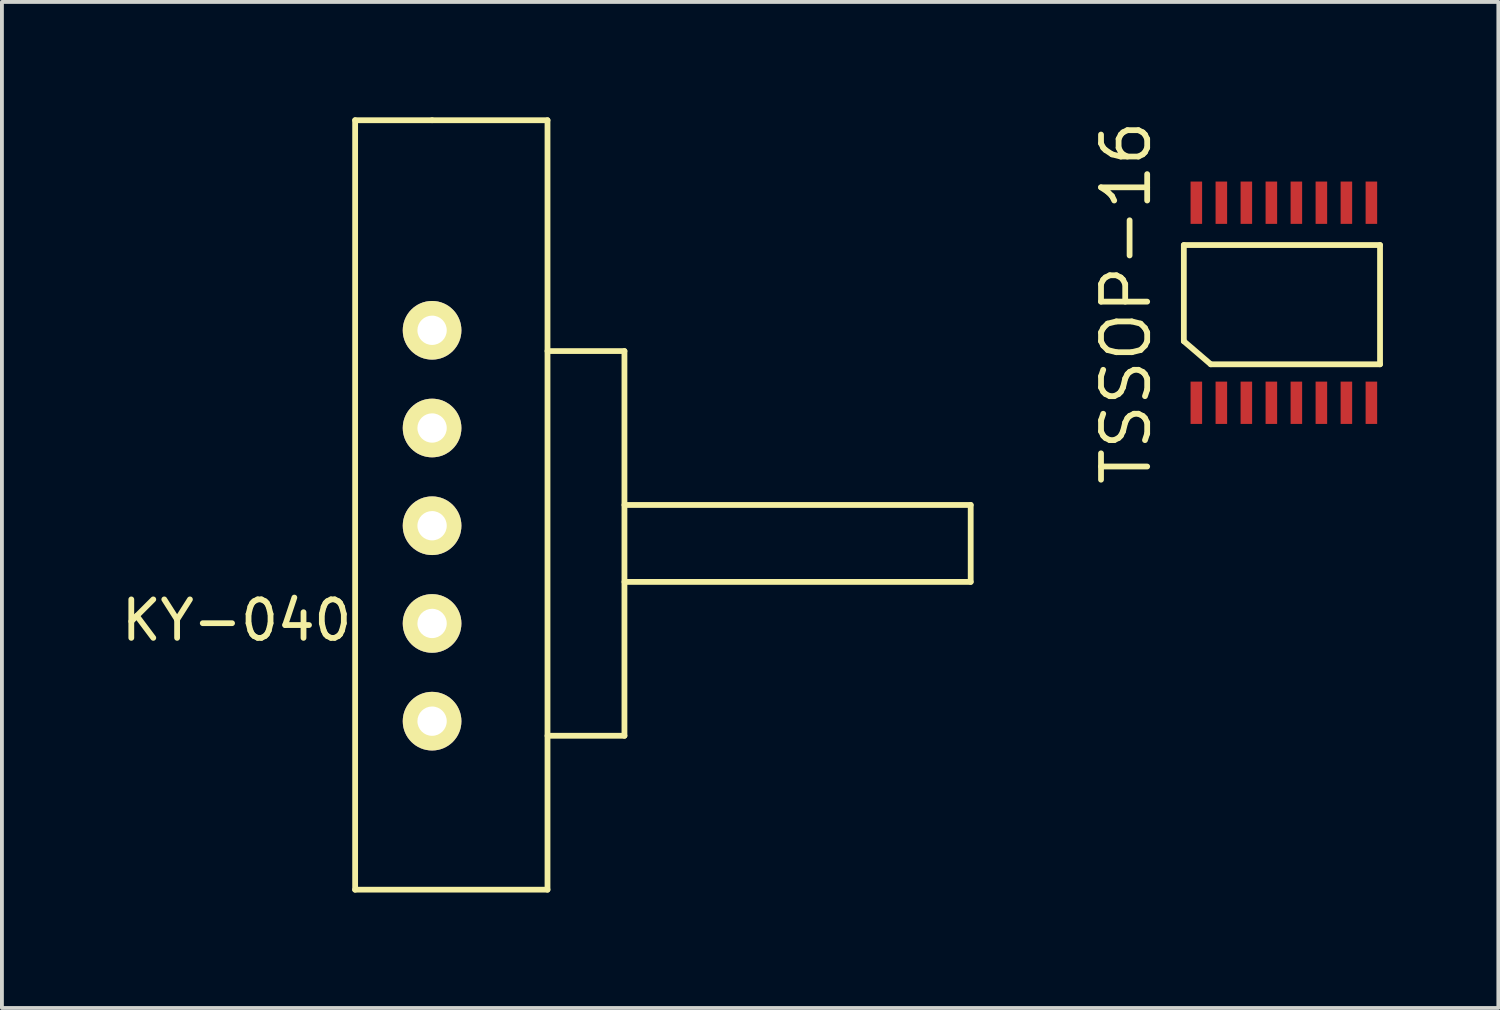
<source format=kicad_pcb>
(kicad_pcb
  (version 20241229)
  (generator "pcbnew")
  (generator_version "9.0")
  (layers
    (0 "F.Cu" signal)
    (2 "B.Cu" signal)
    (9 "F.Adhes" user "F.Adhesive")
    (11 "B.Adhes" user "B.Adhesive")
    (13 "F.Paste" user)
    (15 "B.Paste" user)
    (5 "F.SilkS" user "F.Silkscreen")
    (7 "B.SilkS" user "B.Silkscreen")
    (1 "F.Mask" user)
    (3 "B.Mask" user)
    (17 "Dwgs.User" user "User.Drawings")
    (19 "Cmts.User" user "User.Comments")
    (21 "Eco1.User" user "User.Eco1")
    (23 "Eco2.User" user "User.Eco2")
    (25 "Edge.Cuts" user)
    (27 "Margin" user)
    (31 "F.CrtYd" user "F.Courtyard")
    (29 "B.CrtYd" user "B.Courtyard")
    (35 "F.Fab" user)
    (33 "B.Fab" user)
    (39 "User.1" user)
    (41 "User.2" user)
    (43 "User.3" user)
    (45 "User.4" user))
  (footprint "KY-040"
    (layer "F.Cu")
    (at 8.181 8.075)
    (property "Reference" "KY-040" (at -5.08 5 0) (layer "F.SilkS") (effects (font (size 1 1) (thickness 0.15))))
    (attr through_hole)
    (fp_line (start -2 -8) (end 0 -8) (stroke (width 0.15) (type solid)) (layer "F.SilkS"))
    (fp_line (start -2 12) (end -2 -8) (stroke (width 0.15) (type solid)) (layer "F.SilkS"))
    (fp_line (start 0 -8) (end 3 -8) (stroke (width 0.15) (type solid)) (layer "F.SilkS"))
    (fp_line (start 3 -8) (end 3 12) (stroke (width 0.15) (type solid)) (layer "F.SilkS"))
    (fp_line (start 3 -2) (end 5 -2) (stroke (width 0.15) (type solid)) (layer "F.SilkS"))
    (fp_line (start 3 12) (end -2 12) (stroke (width 0.15) (type solid)) (layer "F.SilkS"))
    (fp_line (start 5 -2) (end 5 8) (stroke (width 0.15) (type solid)) (layer "F.SilkS"))
    (fp_line (start 5 2) (end 14 2) (stroke (width 0.15) (type solid)) (layer "F.SilkS"))
    (fp_line (start 5 8) (end 3 8) (stroke (width 0.15) (type solid)) (layer "F.SilkS"))
    (fp_line (start 14 2) (end 14 4) (stroke (width 0.15) (type solid)) (layer "F.SilkS"))
    (fp_line (start 14 4) (end 5 4) (stroke (width 0.15) (type solid)) (layer "F.SilkS"))
    (pad "1" thru_hole circle (at 0 -2.54) (size 1.524 1.524) (drill 0.762) (layers "*.Cu" "*.Mask" "F.SilkS"))
    (pad "2" thru_hole circle (at 0 0) (size 1.524 1.524) (drill 0.762) (layers "*.Cu" "*.Mask" "F.SilkS"))
    (pad "3" thru_hole circle (at 0 2.54) (size 1.524 1.524) (drill 0.762) (layers "*.Cu" "*.Mask" "F.SilkS"))
    (pad "4" thru_hole circle (at 0 5.08) (size 1.524 1.524) (drill 0.762) (layers "*.Cu" "*.Mask" "F.SilkS"))
    (pad "5" thru_hole circle (at 0 7.62) (size 1.524 1.524) (drill 0.762) (layers "*.Cu" "*.Mask" "F.SilkS")))
  (footprint "TSSOP-16"
    (layer "F.Cu")
    (at 30.321 4.819)
    (property "Reference" "TSSOP-16" (at -4.1 0 90) (layer "F.SilkS") (effects (font (size 1.2 1.2) (thickness 0.15))))
    (attr through_hole)
    (fp_line (start -2.6 -1.5) (end -2.6 1) (stroke (width 0.15) (type solid)) (layer "F.SilkS"))
    (fp_line (start -2.6 1) (end -1.9 1.6) (stroke (width 0.15) (type solid)) (layer "F.SilkS"))
    (fp_line (start -1.9 1.6) (end 2.5 1.6) (stroke (width 0.15) (type solid)) (layer "F.SilkS"))
    (fp_line (start 2.5 -1.5) (end -2.6 -1.5) (stroke (width 0.15) (type solid)) (layer "F.SilkS"))
    (fp_line (start 2.5 1.6) (end 2.5 -1.5) (stroke (width 0.15) (type solid)) (layer "F.SilkS"))
    (pad "1" smd rect (at -2.275 2.6) (size 0.3 1.1) (layers "F.Cu" "F.Mask" "F.Paste"))
    (pad "2" smd rect (at -1.625 2.6) (size 0.3 1.1) (layers "F.Cu" "F.Mask" "F.Paste"))
    (pad "3" smd rect (at -0.975 2.6) (size 0.3 1.1) (layers "F.Cu" "F.Mask" "F.Paste"))
    (pad "4" smd rect (at -0.325 2.6) (size 0.3 1.1) (layers "F.Cu" "F.Mask" "F.Paste"))
    (pad "5" smd rect (at 0.325 2.6) (size 0.3 1.1) (layers "F.Cu" "F.Mask" "F.Paste"))
    (pad "6" smd rect (at 0.975 2.6) (size 0.3 1.1) (layers "F.Cu" "F.Mask" "F.Paste"))
    (pad "7" smd rect (at 1.625 2.6) (size 0.3 1.1) (layers "F.Cu" "F.Mask" "F.Paste"))
    (pad "8" smd rect (at 2.275 2.6) (size 0.3 1.1) (layers "F.Cu" "F.Mask" "F.Paste"))
    (pad "9" smd rect (at 2.275 -2.6) (size 0.3 1.1) (layers "F.Cu" "F.Mask" "F.Paste"))
    (pad "10" smd rect (at 1.625 -2.6) (size 0.3 1.1) (layers "F.Cu" "F.Mask" "F.Paste"))
    (pad "11" smd rect (at 0.975 -2.6) (size 0.3 1.1) (layers "F.Cu" "F.Mask" "F.Paste"))
    (pad "12" smd rect (at 0.325 -2.6) (size 0.3 1.1) (layers "F.Cu" "F.Mask" "F.Paste"))
    (pad "13" smd rect (at -0.325 -2.6) (size 0.3 1.1) (layers "F.Cu" "F.Mask" "F.Paste"))
    (pad "14" smd rect (at -0.975 -2.6) (size 0.3 1.1) (layers "F.Cu" "F.Mask" "F.Paste"))
    (pad "15" smd rect (at -1.625 -2.6) (size 0.3 1.1) (layers "F.Cu" "F.Mask" "F.Paste"))
    (pad "16" smd rect (at -2.275 -2.6) (size 0.3 1.1) (layers "F.Cu" "F.Mask" "F.Paste")))
  (gr_rect
    (start -3 -3)
    (end 35.896 23.15)
    (stroke (width 0.1) (type default))
    (fill no)
    (layer "Edge.Cuts")))
</source>
